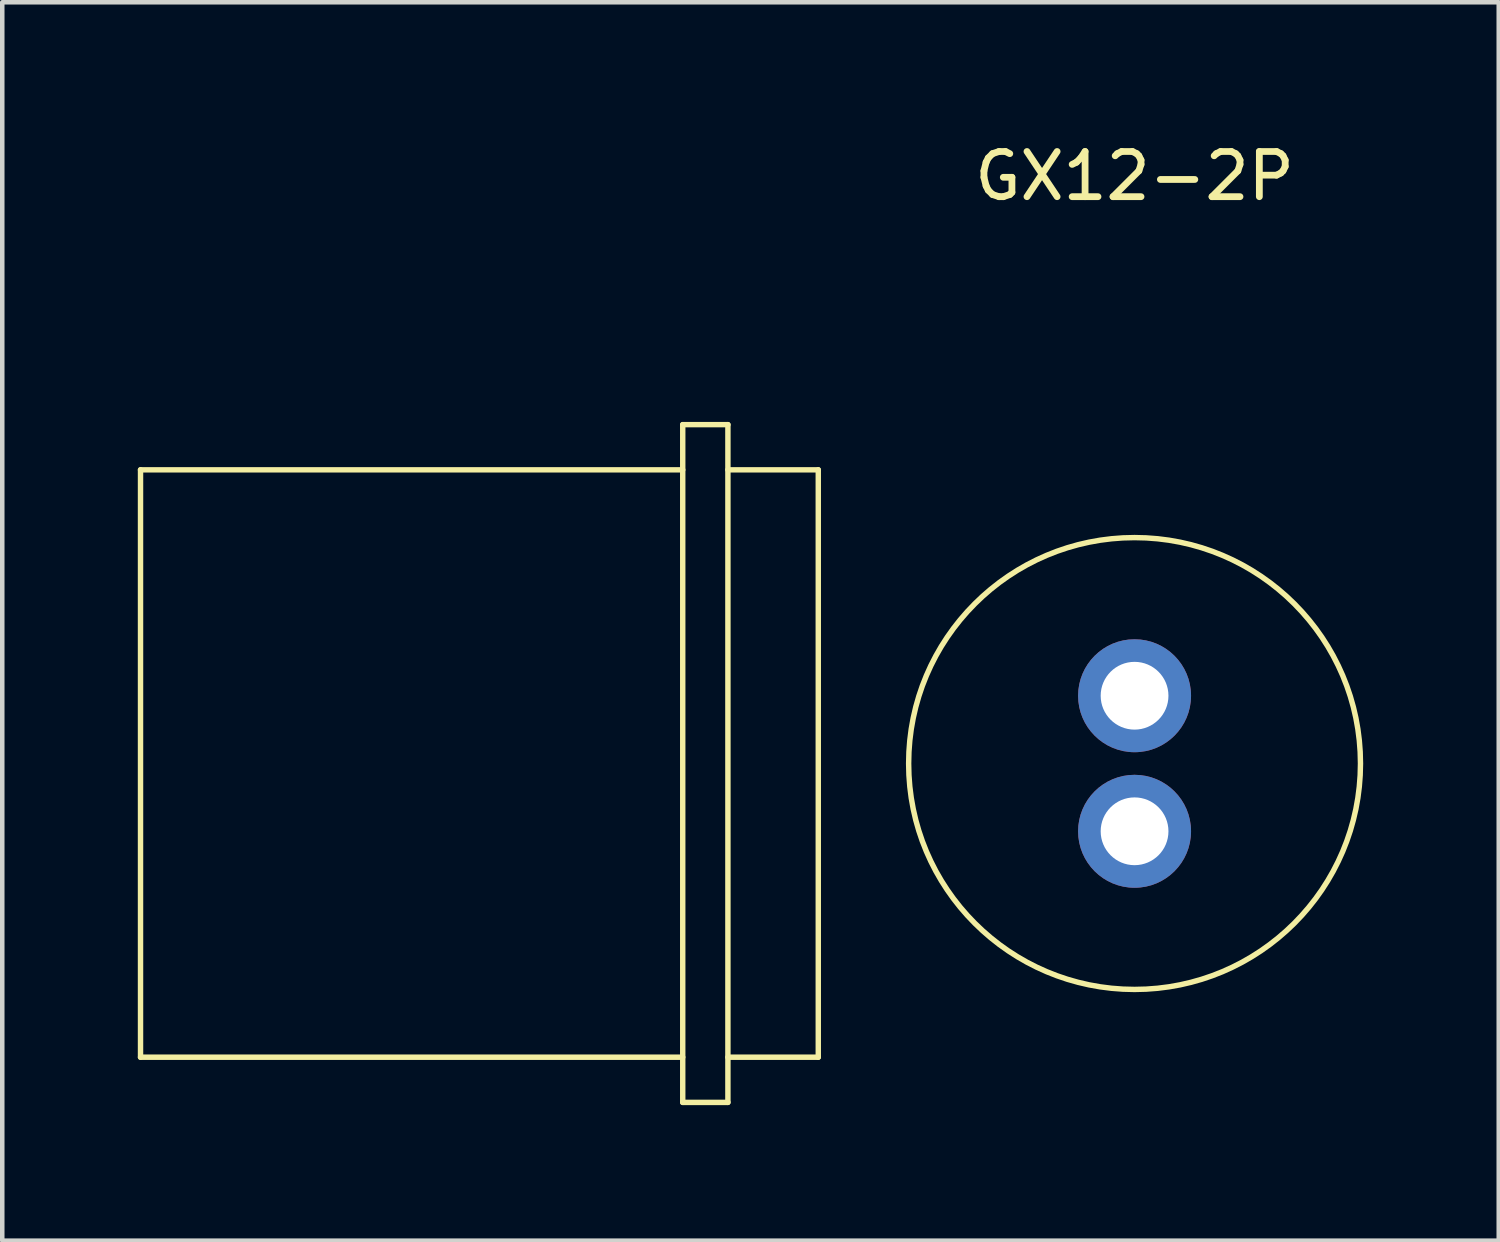
<source format=kicad_pcb>
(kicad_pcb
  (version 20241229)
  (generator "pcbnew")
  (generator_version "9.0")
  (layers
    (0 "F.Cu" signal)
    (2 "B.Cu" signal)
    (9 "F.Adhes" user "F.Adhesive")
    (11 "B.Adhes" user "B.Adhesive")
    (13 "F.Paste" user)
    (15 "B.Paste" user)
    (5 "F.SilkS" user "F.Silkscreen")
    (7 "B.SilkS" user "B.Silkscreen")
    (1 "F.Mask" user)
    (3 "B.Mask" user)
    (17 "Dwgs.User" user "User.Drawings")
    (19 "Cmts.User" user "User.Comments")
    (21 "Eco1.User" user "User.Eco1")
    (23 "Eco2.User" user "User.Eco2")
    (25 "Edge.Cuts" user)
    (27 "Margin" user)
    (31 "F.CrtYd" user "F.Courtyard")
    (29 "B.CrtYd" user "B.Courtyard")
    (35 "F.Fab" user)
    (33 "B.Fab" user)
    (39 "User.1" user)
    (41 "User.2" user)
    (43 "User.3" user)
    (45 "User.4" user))
  (footprint "GX12-2P"
    (layer "F.Cu")
    (at 22.06 13.848)
    (property "Reference" "GX12-2P" (at 0 -13 0) (layer "F.SilkS") (effects (font (size 1 1) (thickness 0.15))))
    (attr through_hole)
    (fp_line (start -22 -6.5) (end -10 -6.5) (stroke (width 0.12) (type solid)) (layer "F.SilkS"))
    (fp_line (start -22 6.5) (end -22 -6.5) (stroke (width 0.12) (type solid)) (layer "F.SilkS"))
    (fp_line (start -10 -7.5) (end -9 -7.5) (stroke (width 0.12) (type solid)) (layer "F.SilkS"))
    (fp_line (start -10 6.5) (end -22 6.5) (stroke (width 0.12) (type solid)) (layer "F.SilkS"))
    (fp_line (start -10 7.5) (end -10 -7.5) (stroke (width 0.12) (type solid)) (layer "F.SilkS"))
    (fp_line (start -9 -7.5) (end -9 7.5) (stroke (width 0.12) (type solid)) (layer "F.SilkS"))
    (fp_line (start -9 -6.5) (end -7 -6.5) (stroke (width 0.12) (type solid)) (layer "F.SilkS"))
    (fp_line (start -9 7.5) (end -10 7.5) (stroke (width 0.12) (type solid)) (layer "F.SilkS"))
    (fp_line (start -7 -6.5) (end -7 6.5) (stroke (width 0.12) (type solid)) (layer "F.SilkS"))
    (fp_line (start -7 6.5) (end -9 6.5) (stroke (width 0.12) (type solid)) (layer "F.SilkS"))
    (fp_circle (center 0 0) (end 0 -5) (stroke (width 0.12) (type solid)) (fill no) (layer "F.SilkS"))
    (pad "1" thru_hole circle (at 0 -1.5) (size 2.5 2.5) (drill 1.5) (layers "*.Cu" "*.Mask"))
    (pad "2" thru_hole circle (at 0 1.5) (size 2.5 2.5) (drill 1.5) (layers "*.Cu" "*.Mask")))
  (gr_rect
    (start -3 -3)
    (end 30.12 24.408)
    (stroke (width 0.1) (type default))
    (fill no)
    (layer "Edge.Cuts")))
</source>
